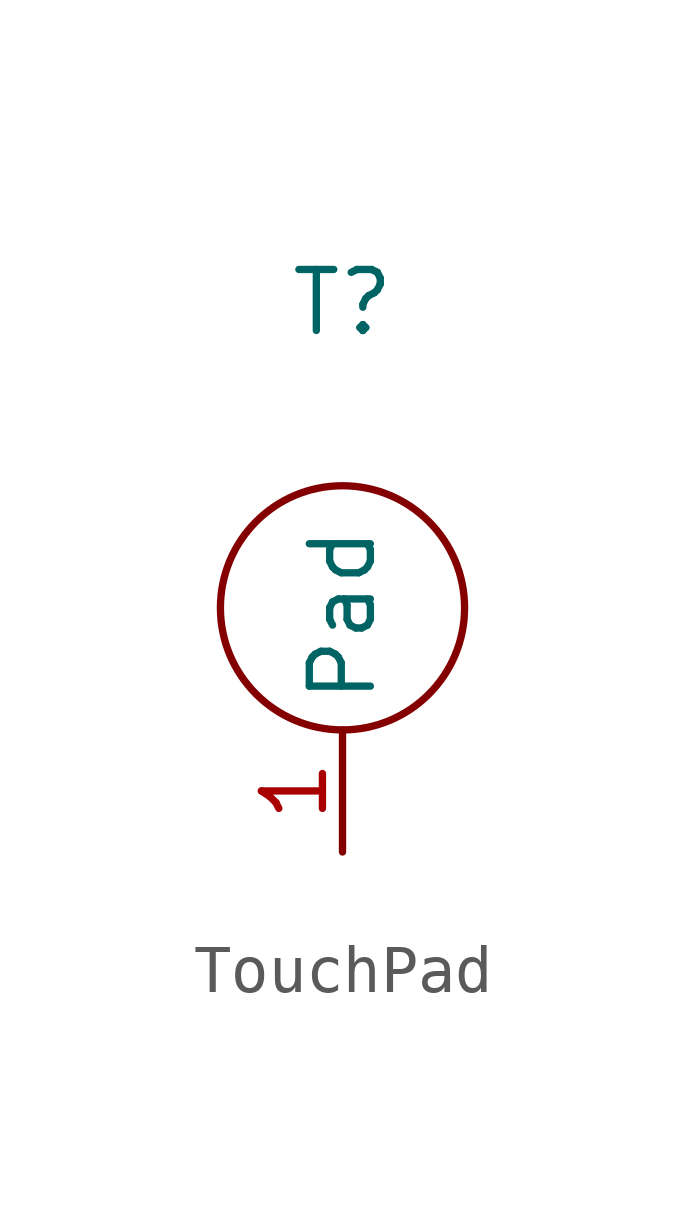
<source format=kicad_sym>
(kicad_symbol_lib
  (version 20220914)
  (generator kicad_symbol_editor)
  (symbol "TouchPad"
    (property "Reference" "T"
      (at 0 11.43 0)
      (effects (font (size 1.27 1.27))))
    (property "Value" ""
      (at 0 0 0)
      (effects (font (size 1.27 1.27))))
    (symbol "TouchPad_0_1"
      (circle (center 0 5.08) (radius 2.54) (stroke (width 0) (type default)) (fill (type none))))
    (symbol "TouchPad_1_1"
      (pin passive line (at 0 0 90) (length 2.54) (name "Pad" (effects (font (size 1.27 1.27)))) (number "1" (effects (font (size 1.27 1.27))))))))
</source>
